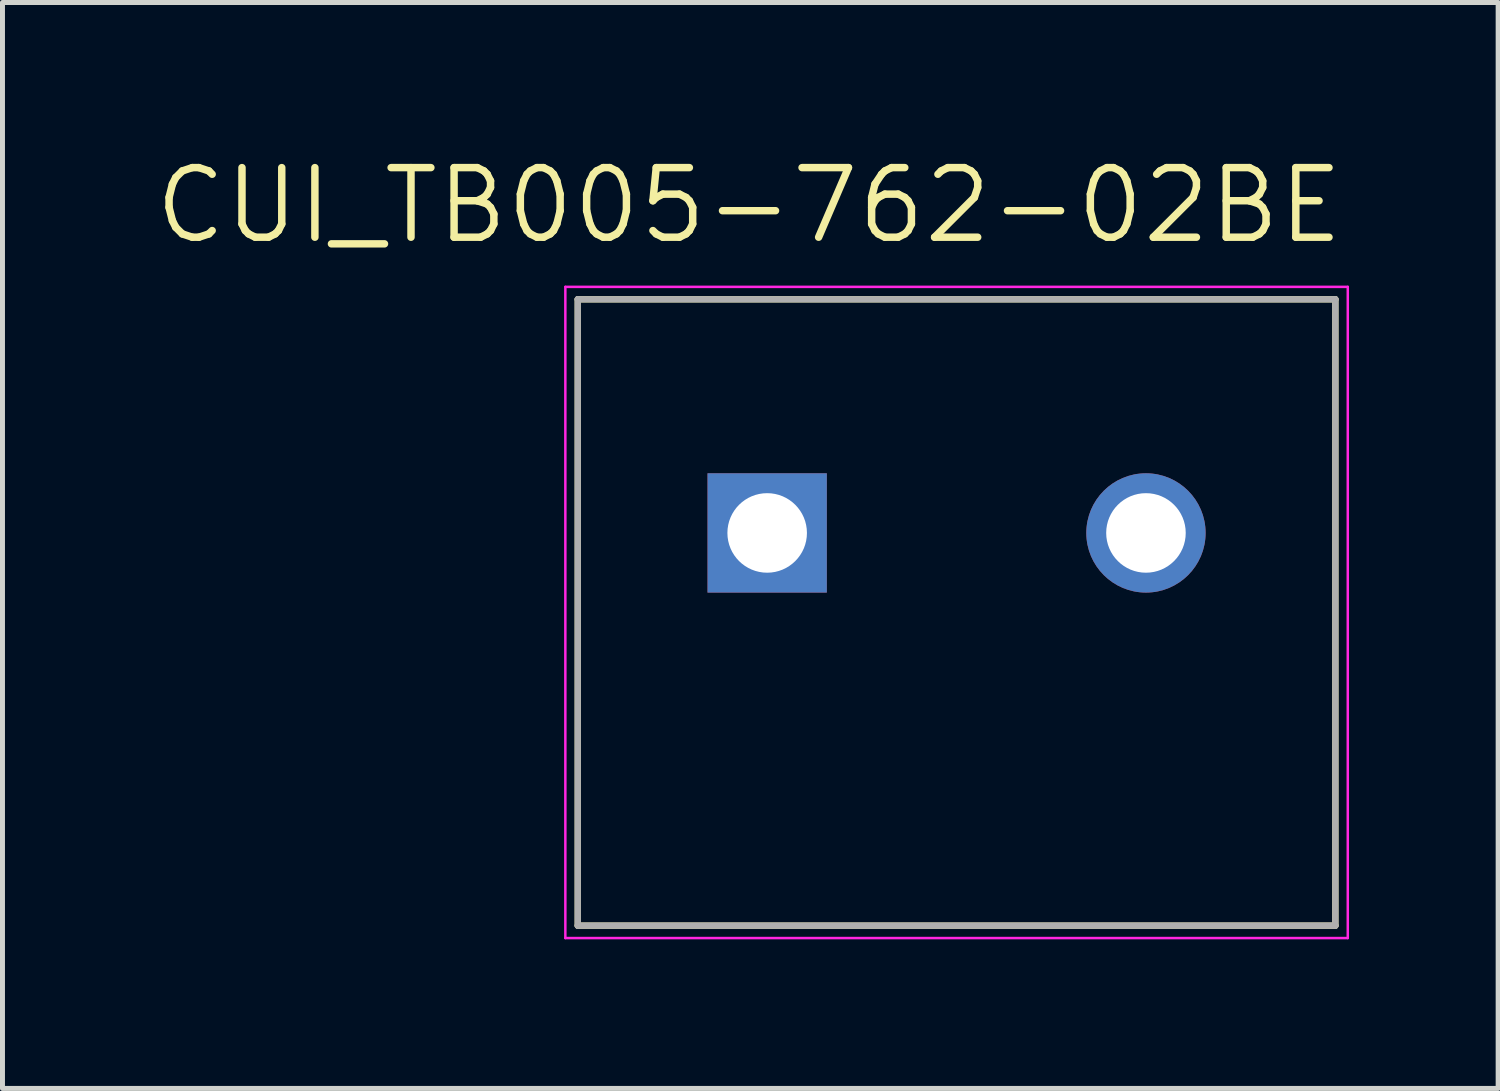
<source format=kicad_pcb>
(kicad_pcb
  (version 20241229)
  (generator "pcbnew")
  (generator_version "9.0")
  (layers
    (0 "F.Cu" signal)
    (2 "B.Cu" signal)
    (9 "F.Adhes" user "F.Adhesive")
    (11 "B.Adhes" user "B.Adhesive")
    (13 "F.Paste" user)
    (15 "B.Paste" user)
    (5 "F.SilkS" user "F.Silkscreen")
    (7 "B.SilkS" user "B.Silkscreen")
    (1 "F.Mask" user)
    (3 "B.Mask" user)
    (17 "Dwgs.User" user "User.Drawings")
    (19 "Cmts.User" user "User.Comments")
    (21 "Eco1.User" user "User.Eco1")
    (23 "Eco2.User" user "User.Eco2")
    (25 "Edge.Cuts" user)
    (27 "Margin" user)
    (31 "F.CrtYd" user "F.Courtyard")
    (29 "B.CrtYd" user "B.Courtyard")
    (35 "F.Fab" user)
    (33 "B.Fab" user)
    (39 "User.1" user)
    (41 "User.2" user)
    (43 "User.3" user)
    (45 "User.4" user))
  (footprint "CUI_TB005-762-02BE"
    (layer "F.Cu")
    (at 12.383 7.671)
    (property "Reference" "CUI_TB005-762-02BE" (at -0.365 -6.589 0) (layer "F.SilkS") (effects (font (size 1.4 1.4) (thickness 0.15))))
    (attr through_hole)
    (fp_line (start -3.81 -4.7) (end 11.43 -4.7) (stroke (width 0.127) (type solid)) (layer "F.SilkS"))
    (fp_line (start -3.81 7.9) (end -3.81 -4.7) (stroke (width 0.127) (type solid)) (layer "F.SilkS"))
    (fp_line (start 11.43 -4.7) (end 11.43 7.9) (stroke (width 0.127) (type solid)) (layer "F.SilkS"))
    (fp_line (start 11.43 7.9) (end -3.81 7.9) (stroke (width 0.127) (type solid)) (layer "F.SilkS"))
    (fp_line (start -4.06 -4.95) (end 11.68 -4.95) (stroke (width 0.05) (type solid)) (layer "F.CrtYd"))
    (fp_line (start -4.06 8.15) (end -4.06 -4.95) (stroke (width 0.05) (type solid)) (layer "F.CrtYd"))
    (fp_line (start 11.68 -4.95) (end 11.68 8.15) (stroke (width 0.05) (type solid)) (layer "F.CrtYd"))
    (fp_line (start 11.68 8.15) (end -4.06 8.15) (stroke (width 0.05) (type solid)) (layer "F.CrtYd"))
    (fp_line (start -3.81 -4.7) (end 11.43 -4.7) (stroke (width 0.127) (type solid)) (layer "F.Fab"))
    (fp_line (start -3.81 7.9) (end -3.81 -4.7) (stroke (width 0.127) (type solid)) (layer "F.Fab"))
    (fp_line (start 11.43 -4.7) (end 11.43 7.9) (stroke (width 0.127) (type solid)) (layer "F.Fab"))
    (fp_line (start 11.43 7.9) (end -3.81 7.9) (stroke (width 0.127) (type solid)) (layer "F.Fab"))
    (pad "1" thru_hole rect (at 0 0) (size 2.4 2.4) (drill 1.6) (layers "*.Cu" "*.Mask"))
    (pad "2" thru_hole circle (at 7.62 0) (size 2.4 2.4) (drill 1.6) (layers "*.Cu" "*.Mask")))
  (gr_rect
    (start -3 -3)
    (end 27.088 18.846)
    (stroke (width 0.1) (type default))
    (fill no)
    (layer "Edge.Cuts")))
</source>
